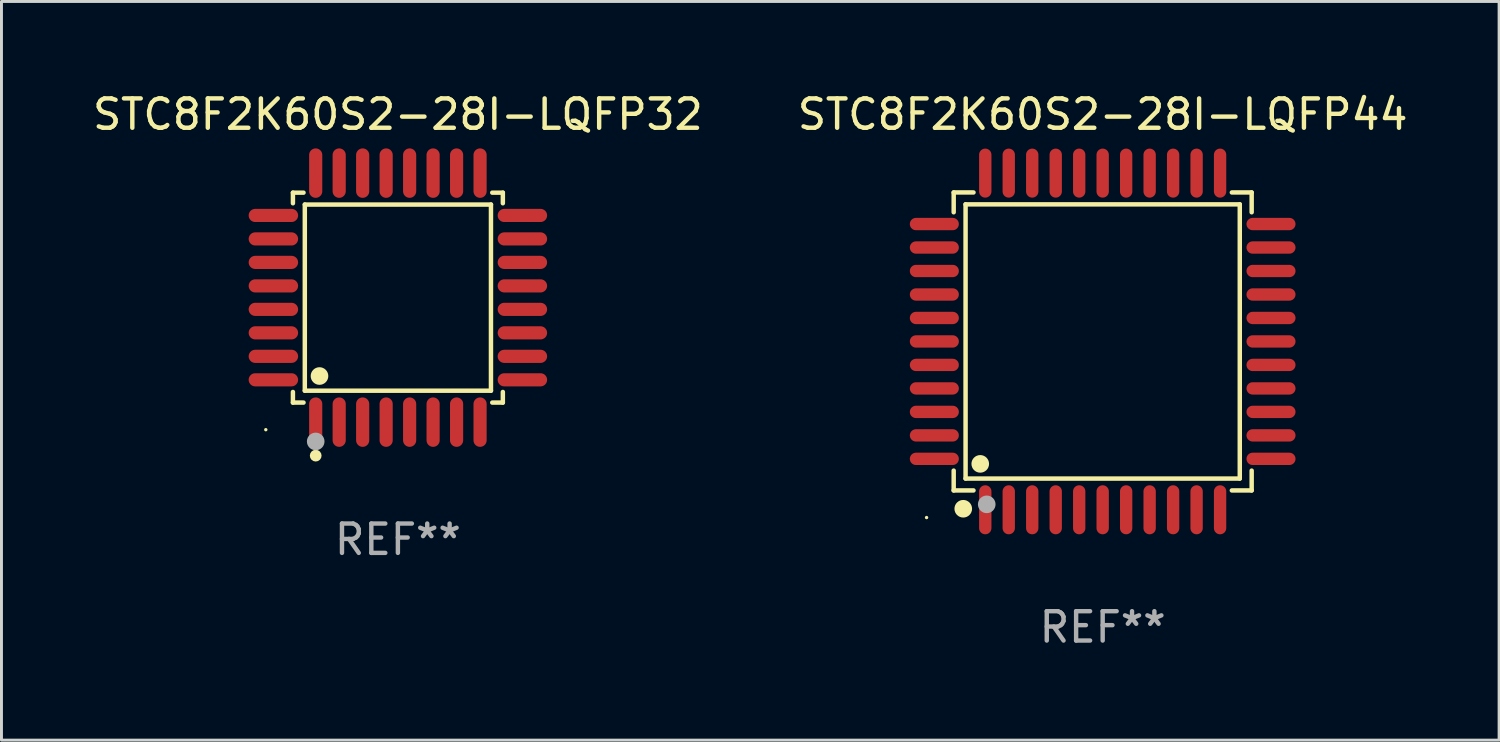
<source format=kicad_pcb>
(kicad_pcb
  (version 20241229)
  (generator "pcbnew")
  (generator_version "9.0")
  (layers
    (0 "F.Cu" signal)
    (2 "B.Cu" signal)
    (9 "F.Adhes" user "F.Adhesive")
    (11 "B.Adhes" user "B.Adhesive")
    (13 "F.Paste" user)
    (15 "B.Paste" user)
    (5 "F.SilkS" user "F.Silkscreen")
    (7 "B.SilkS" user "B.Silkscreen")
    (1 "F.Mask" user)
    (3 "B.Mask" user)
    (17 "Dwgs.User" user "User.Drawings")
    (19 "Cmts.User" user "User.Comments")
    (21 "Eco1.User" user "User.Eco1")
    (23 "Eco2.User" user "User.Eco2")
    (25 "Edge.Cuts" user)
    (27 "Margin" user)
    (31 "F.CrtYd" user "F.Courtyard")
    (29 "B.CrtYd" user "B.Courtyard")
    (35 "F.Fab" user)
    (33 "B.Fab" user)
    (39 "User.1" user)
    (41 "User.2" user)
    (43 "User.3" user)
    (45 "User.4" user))
  (footprint "STC8F2K60S2-28I-LQFP32"
    (layer "F.Cu")
    (at 10.506 7.09)
    (property "Reference" "STC8F2K60S2-28I-LQFP32" (at 0 -6.242 0) (layer "F.SilkS") (effects (font (size 1 1) (thickness 0.15))))
    (attr through_hole)
    (fp_line (start -3.576 -3.576) (end -3.215 -3.576) (stroke (width 0.152) (type solid)) (layer "F.SilkS"))
    (fp_line (start -3.576 -3.215) (end -3.576 -3.576) (stroke (width 0.152) (type solid)) (layer "F.SilkS"))
    (fp_line (start -3.576 3.215) (end -3.576 3.576) (stroke (width 0.152) (type solid)) (layer "F.SilkS"))
    (fp_line (start -3.576 3.576) (end -3.215 3.576) (stroke (width 0.152) (type solid)) (layer "F.SilkS"))
    (fp_line (start -3.171 -3.171) (end 3.171 -3.171) (stroke (width 0.152) (type solid)) (layer "F.SilkS"))
    (fp_line (start -3.171 3.171) (end -3.171 -3.171) (stroke (width 0.152) (type solid)) (layer "F.SilkS"))
    (fp_line (start 3.171 -3.171) (end 3.171 3.171) (stroke (width 0.152) (type solid)) (layer "F.SilkS"))
    (fp_line (start 3.171 3.171) (end -3.171 3.171) (stroke (width 0.152) (type solid)) (layer "F.SilkS"))
    (fp_line (start 3.576 -3.576) (end 3.215 -3.576) (stroke (width 0.152) (type solid)) (layer "F.SilkS"))
    (fp_line (start 3.576 -3.215) (end 3.576 -3.576) (stroke (width 0.152) (type solid)) (layer "F.SilkS"))
    (fp_line (start 3.576 3.215) (end 3.576 3.576) (stroke (width 0.152) (type solid)) (layer "F.SilkS"))
    (fp_line (start 3.576 3.576) (end 3.215 3.576) (stroke (width 0.152) (type solid)) (layer "F.SilkS"))
    (fp_circle (center -4.5 4.5) (end -4.47 4.5) (stroke (width 0.06) (type solid)) (fill no) (layer "F.SilkS"))
    (fp_circle (center -2.8 5.384) (end -2.7 5.384) (stroke (width 0.2) (type solid)) (fill no) (layer "F.SilkS"))
    (fp_circle (center -2.671 2.671) (end -2.521 2.671) (stroke (width 0.3) (type solid)) (fill no) (layer "F.SilkS"))
    (fp_circle (center -2.8 4.9) (end -2.65 4.9) (stroke (width 0.3) (type solid)) (fill no) (layer "F.Fab"))
    (fp_text user "REF**" (at 0 8.242 0) (layer "F.Fab") (effects (font (size 1 1) (thickness 0.15))))
    (pad "1" smd oval (at -2.8 4.242) (size 0.448 1.684) (layers "F.Cu" "F.Mask" "F.Paste"))
    (pad "2" smd oval (at -2 4.242) (size 0.448 1.684) (layers "F.Cu" "F.Mask" "F.Paste"))
    (pad "3" smd oval (at -1.2 4.242) (size 0.448 1.684) (layers "F.Cu" "F.Mask" "F.Paste"))
    (pad "4" smd oval (at -0.4 4.242) (size 0.448 1.684) (layers "F.Cu" "F.Mask" "F.Paste"))
    (pad "5" smd oval (at 0.4 4.242) (size 0.448 1.684) (layers "F.Cu" "F.Mask" "F.Paste"))
    (pad "6" smd oval (at 1.2 4.242) (size 0.448 1.684) (layers "F.Cu" "F.Mask" "F.Paste"))
    (pad "7" smd oval (at 2 4.242) (size 0.448 1.684) (layers "F.Cu" "F.Mask" "F.Paste"))
    (pad "8" smd oval (at 2.8 4.242) (size 0.448 1.684) (layers "F.Cu" "F.Mask" "F.Paste"))
    (pad "9" smd oval (at 4.242 2.8) (size 1.684 0.448) (layers "F.Cu" "F.Mask" "F.Paste"))
    (pad "10" smd oval (at 4.242 2) (size 1.684 0.448) (layers "F.Cu" "F.Mask" "F.Paste"))
    (pad "11" smd oval (at 4.242 1.2) (size 1.684 0.448) (layers "F.Cu" "F.Mask" "F.Paste"))
    (pad "12" smd oval (at 4.242 0.4) (size 1.684 0.448) (layers "F.Cu" "F.Mask" "F.Paste"))
    (pad "13" smd oval (at 4.242 -0.4) (size 1.684 0.448) (layers "F.Cu" "F.Mask" "F.Paste"))
    (pad "14" smd oval (at 4.242 -1.2) (size 1.684 0.448) (layers "F.Cu" "F.Mask" "F.Paste"))
    (pad "15" smd oval (at 4.242 -2) (size 1.684 0.448) (layers "F.Cu" "F.Mask" "F.Paste"))
    (pad "16" smd oval (at 4.242 -2.8) (size 1.684 0.448) (layers "F.Cu" "F.Mask" "F.Paste"))
    (pad "17" smd oval (at 2.8 -4.242) (size 0.448 1.684) (layers "F.Cu" "F.Mask" "F.Paste"))
    (pad "18" smd oval (at 2 -4.242) (size 0.448 1.684) (layers "F.Cu" "F.Mask" "F.Paste"))
    (pad "19" smd oval (at 1.2 -4.242) (size 0.448 1.684) (layers "F.Cu" "F.Mask" "F.Paste"))
    (pad "20" smd oval (at 0.4 -4.242) (size 0.448 1.684) (layers "F.Cu" "F.Mask" "F.Paste"))
    (pad "21" smd oval (at -0.4 -4.242) (size 0.448 1.684) (layers "F.Cu" "F.Mask" "F.Paste"))
    (pad "22" smd oval (at -1.2 -4.242) (size 0.448 1.684) (layers "F.Cu" "F.Mask" "F.Paste"))
    (pad "23" smd oval (at -2 -4.242) (size 0.448 1.684) (layers "F.Cu" "F.Mask" "F.Paste"))
    (pad "24" smd oval (at -2.8 -4.242) (size 0.448 1.684) (layers "F.Cu" "F.Mask" "F.Paste"))
    (pad "25" smd oval (at -4.242 -2.8) (size 1.684 0.448) (layers "F.Cu" "F.Mask" "F.Paste"))
    (pad "26" smd oval (at -4.242 -2) (size 1.684 0.448) (layers "F.Cu" "F.Mask" "F.Paste"))
    (pad "27" smd oval (at -4.242 -1.2) (size 1.684 0.448) (layers "F.Cu" "F.Mask" "F.Paste"))
    (pad "28" smd oval (at -4.242 -0.4) (size 1.684 0.448) (layers "F.Cu" "F.Mask" "F.Paste"))
    (pad "29" smd oval (at -4.242 0.4) (size 1.684 0.448) (layers "F.Cu" "F.Mask" "F.Paste"))
    (pad "30" smd oval (at -4.242 1.2) (size 1.684 0.448) (layers "F.Cu" "F.Mask" "F.Paste"))
    (pad "31" smd oval (at -4.242 2) (size 1.684 0.448) (layers "F.Cu" "F.Mask" "F.Paste"))
    (pad "32" smd oval (at -4.242 2.8) (size 1.684 0.448) (layers "F.Cu" "F.Mask" "F.Paste")))
  (footprint "STC8F2K60S2-28I-LQFP44"
    (layer "F.Cu")
    (at 34.518 8.583)
    (property "Reference" "STC8F2K60S2-28I-LQFP44" (at 0 -7.735 0) (layer "F.SilkS") (effects (font (size 1 1) (thickness 0.15))))
    (attr through_hole)
    (fp_line (start -5.076 -5.076) (end -4.401 -5.076) (stroke (width 0.152) (type solid)) (layer "F.SilkS"))
    (fp_line (start -5.076 -4.401) (end -5.076 -5.076) (stroke (width 0.152) (type solid)) (layer "F.SilkS"))
    (fp_line (start -5.076 4.401) (end -5.076 5.076) (stroke (width 0.152) (type solid)) (layer "F.SilkS"))
    (fp_line (start -5.076 5.076) (end -4.401 5.076) (stroke (width 0.152) (type solid)) (layer "F.SilkS"))
    (fp_line (start -4.671 -4.671) (end 4.671 -4.671) (stroke (width 0.152) (type solid)) (layer "F.SilkS"))
    (fp_line (start -4.671 4.671) (end -4.671 -4.671) (stroke (width 0.152) (type solid)) (layer "F.SilkS"))
    (fp_line (start 4.671 -4.671) (end 4.671 4.671) (stroke (width 0.152) (type solid)) (layer "F.SilkS"))
    (fp_line (start 4.671 4.671) (end -4.671 4.671) (stroke (width 0.152) (type solid)) (layer "F.SilkS"))
    (fp_line (start 5.076 -5.076) (end 4.401 -5.076) (stroke (width 0.152) (type solid)) (layer "F.SilkS"))
    (fp_line (start 5.076 -4.401) (end 5.076 -5.076) (stroke (width 0.152) (type solid)) (layer "F.SilkS"))
    (fp_line (start 5.076 4.401) (end 5.076 5.076) (stroke (width 0.152) (type solid)) (layer "F.SilkS"))
    (fp_line (start 5.076 5.076) (end 4.401 5.076) (stroke (width 0.152) (type solid)) (layer "F.SilkS"))
    (fp_circle (center -6 6) (end -5.97 6) (stroke (width 0.06) (type solid)) (fill no) (layer "F.SilkS"))
    (fp_circle (center -4.75 5.7) (end -4.6 5.7) (stroke (width 0.3) (type solid)) (fill no) (layer "F.SilkS"))
    (fp_circle (center -4.171 4.171) (end -4.021 4.171) (stroke (width 0.3) (type solid)) (fill no) (layer "F.SilkS"))
    (fp_circle (center -3.95 5.55) (end -3.8 5.55) (stroke (width 0.3) (type solid)) (fill no) (layer "F.Fab"))
    (fp_text user "REF**" (at 0 9.735 0) (layer "F.Fab") (effects (font (size 1 1) (thickness 0.15))))
    (pad "1" smd oval (at -4 5.735) (size 0.42 1.67) (layers "F.Cu" "F.Mask" "F.Paste"))
    (pad "2" smd oval (at -3.2 5.735) (size 0.42 1.67) (layers "F.Cu" "F.Mask" "F.Paste"))
    (pad "3" smd oval (at -2.4 5.735) (size 0.42 1.67) (layers "F.Cu" "F.Mask" "F.Paste"))
    (pad "4" smd oval (at -1.6 5.735) (size 0.42 1.67) (layers "F.Cu" "F.Mask" "F.Paste"))
    (pad "5" smd oval (at -0.8 5.735) (size 0.42 1.67) (layers "F.Cu" "F.Mask" "F.Paste"))
    (pad "6" smd oval (at 0 5.735) (size 0.42 1.67) (layers "F.Cu" "F.Mask" "F.Paste"))
    (pad "7" smd oval (at 0.8 5.735) (size 0.42 1.67) (layers "F.Cu" "F.Mask" "F.Paste"))
    (pad "8" smd oval (at 1.6 5.735) (size 0.42 1.67) (layers "F.Cu" "F.Mask" "F.Paste"))
    (pad "9" smd oval (at 2.4 5.735) (size 0.42 1.67) (layers "F.Cu" "F.Mask" "F.Paste"))
    (pad "10" smd oval (at 3.2 5.735) (size 0.42 1.67) (layers "F.Cu" "F.Mask" "F.Paste"))
    (pad "11" smd oval (at 4 5.735) (size 0.42 1.67) (layers "F.Cu" "F.Mask" "F.Paste"))
    (pad "12" smd oval (at 5.735 4) (size 1.67 0.42) (layers "F.Cu" "F.Mask" "F.Paste"))
    (pad "13" smd oval (at 5.735 3.2) (size 1.67 0.42) (layers "F.Cu" "F.Mask" "F.Paste"))
    (pad "14" smd oval (at 5.735 2.4) (size 1.67 0.42) (layers "F.Cu" "F.Mask" "F.Paste"))
    (pad "15" smd oval (at 5.735 1.6) (size 1.67 0.42) (layers "F.Cu" "F.Mask" "F.Paste"))
    (pad "16" smd oval (at 5.735 0.8) (size 1.67 0.42) (layers "F.Cu" "F.Mask" "F.Paste"))
    (pad "17" smd oval (at 5.735 0) (size 1.67 0.42) (layers "F.Cu" "F.Mask" "F.Paste"))
    (pad "18" smd oval (at 5.735 -0.8) (size 1.67 0.42) (layers "F.Cu" "F.Mask" "F.Paste"))
    (pad "19" smd oval (at 5.735 -1.6) (size 1.67 0.42) (layers "F.Cu" "F.Mask" "F.Paste"))
    (pad "20" smd oval (at 5.735 -2.4) (size 1.67 0.42) (layers "F.Cu" "F.Mask" "F.Paste"))
    (pad "21" smd oval (at 5.735 -3.2) (size 1.67 0.42) (layers "F.Cu" "F.Mask" "F.Paste"))
    (pad "22" smd oval (at 5.735 -4) (size 1.67 0.42) (layers "F.Cu" "F.Mask" "F.Paste"))
    (pad "23" smd oval (at 4 -5.735) (size 0.42 1.67) (layers "F.Cu" "F.Mask" "F.Paste"))
    (pad "24" smd oval (at 3.2 -5.735) (size 0.42 1.67) (layers "F.Cu" "F.Mask" "F.Paste"))
    (pad "25" smd oval (at 2.4 -5.735) (size 0.42 1.67) (layers "F.Cu" "F.Mask" "F.Paste"))
    (pad "26" smd oval (at 1.6 -5.735) (size 0.42 1.67) (layers "F.Cu" "F.Mask" "F.Paste"))
    (pad "27" smd oval (at 0.8 -5.735) (size 0.42 1.67) (layers "F.Cu" "F.Mask" "F.Paste"))
    (pad "28" smd oval (at 0 -5.735) (size 0.42 1.67) (layers "F.Cu" "F.Mask" "F.Paste"))
    (pad "29" smd oval (at -0.8 -5.735) (size 0.42 1.67) (layers "F.Cu" "F.Mask" "F.Paste"))
    (pad "30" smd oval (at -1.6 -5.735) (size 0.42 1.67) (layers "F.Cu" "F.Mask" "F.Paste"))
    (pad "31" smd oval (at -2.4 -5.735) (size 0.42 1.67) (layers "F.Cu" "F.Mask" "F.Paste"))
    (pad "32" smd oval (at -3.2 -5.735) (size 0.42 1.67) (layers "F.Cu" "F.Mask" "F.Paste"))
    (pad "33" smd oval (at -4 -5.735) (size 0.42 1.67) (layers "F.Cu" "F.Mask" "F.Paste"))
    (pad "34" smd oval (at -5.735 -4) (size 1.67 0.42) (layers "F.Cu" "F.Mask" "F.Paste"))
    (pad "35" smd oval (at -5.735 -3.2) (size 1.67 0.42) (layers "F.Cu" "F.Mask" "F.Paste"))
    (pad "36" smd oval (at -5.735 -2.4) (size 1.67 0.42) (layers "F.Cu" "F.Mask" "F.Paste"))
    (pad "37" smd oval (at -5.735 -1.6) (size 1.67 0.42) (layers "F.Cu" "F.Mask" "F.Paste"))
    (pad "38" smd oval (at -5.735 -0.8) (size 1.67 0.42) (layers "F.Cu" "F.Mask" "F.Paste"))
    (pad "39" smd oval (at -5.735 0) (size 1.67 0.42) (layers "F.Cu" "F.Mask" "F.Paste"))
    (pad "40" smd oval (at -5.735 0.8) (size 1.67 0.42) (layers "F.Cu" "F.Mask" "F.Paste"))
    (pad "41" smd oval (at -5.735 1.6) (size 1.67 0.42) (layers "F.Cu" "F.Mask" "F.Paste"))
    (pad "42" smd oval (at -5.735 2.4) (size 1.67 0.42) (layers "F.Cu" "F.Mask" "F.Paste"))
    (pad "43" smd oval (at -5.735 3.2) (size 1.67 0.42) (layers "F.Cu" "F.Mask" "F.Paste"))
    (pad "44" smd oval (at -5.735 4) (size 1.67 0.42) (layers "F.Cu" "F.Mask" "F.Paste")))
  (gr_rect
    (start -3 -3)
    (end 48.024 22.167)
    (stroke (width 0.1) (type default))
    (fill no)
    (layer "Edge.Cuts")))
</source>
